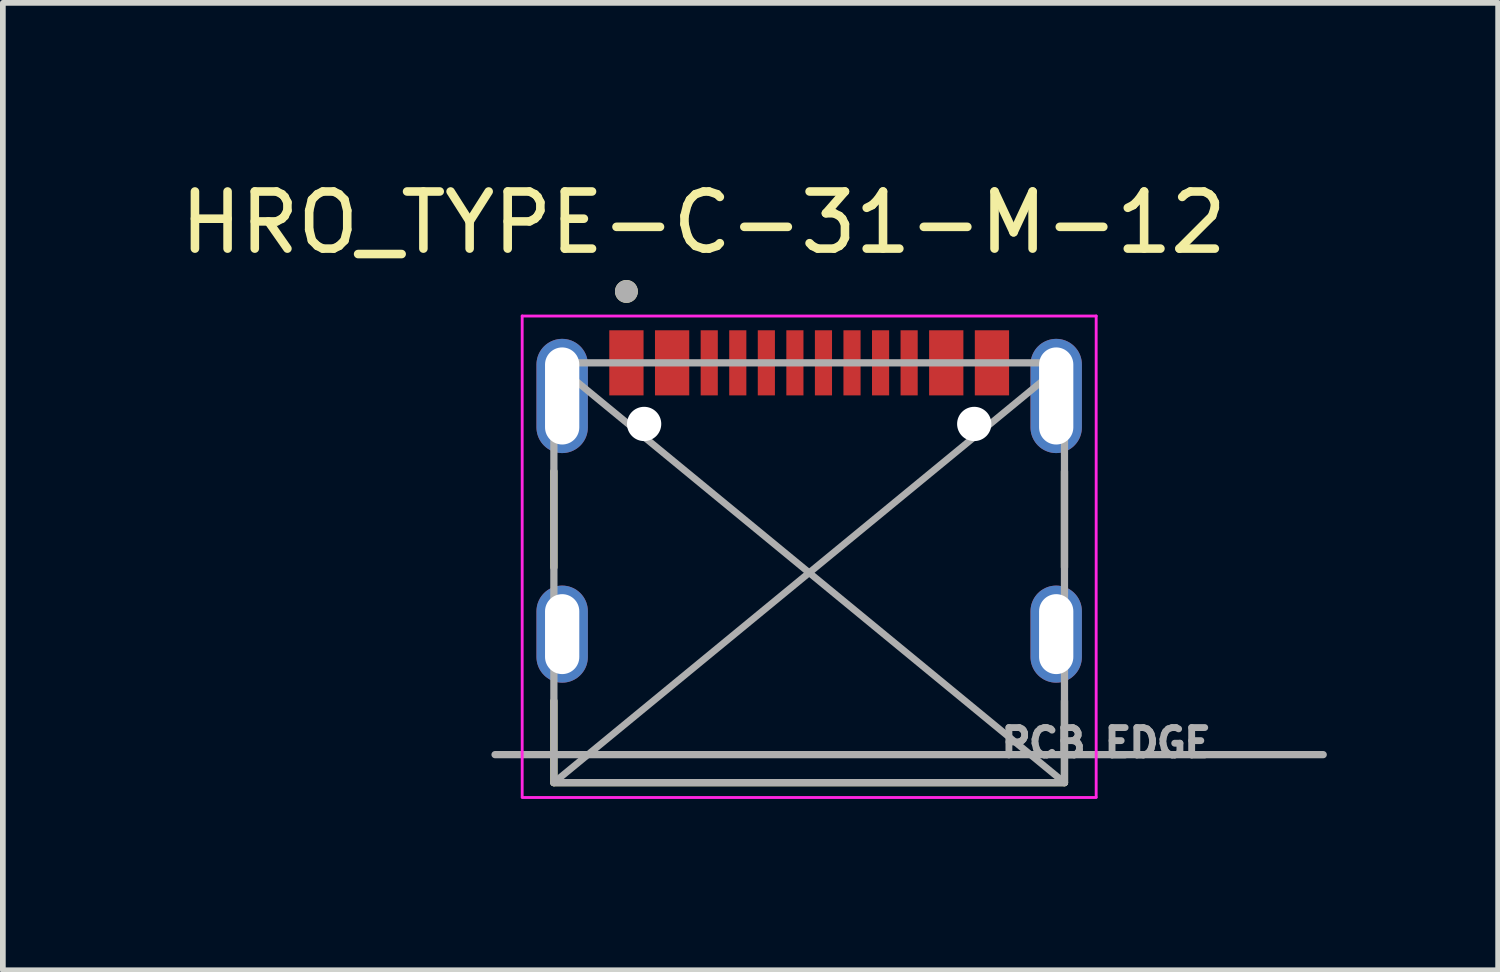
<source format=kicad_pcb>
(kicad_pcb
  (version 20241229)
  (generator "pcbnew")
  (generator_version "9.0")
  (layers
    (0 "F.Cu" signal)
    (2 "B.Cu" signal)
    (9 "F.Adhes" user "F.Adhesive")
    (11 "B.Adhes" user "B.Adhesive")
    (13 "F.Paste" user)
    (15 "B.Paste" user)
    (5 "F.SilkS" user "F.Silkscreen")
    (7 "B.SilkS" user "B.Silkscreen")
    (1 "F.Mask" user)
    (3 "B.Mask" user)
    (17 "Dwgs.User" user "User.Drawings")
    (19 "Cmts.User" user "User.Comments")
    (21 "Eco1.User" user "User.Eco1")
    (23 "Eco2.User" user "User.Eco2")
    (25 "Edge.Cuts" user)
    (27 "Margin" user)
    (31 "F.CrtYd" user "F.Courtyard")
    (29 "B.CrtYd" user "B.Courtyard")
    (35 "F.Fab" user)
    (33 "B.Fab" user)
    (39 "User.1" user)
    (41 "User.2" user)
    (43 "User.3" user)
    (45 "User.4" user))
  (footprint "HRO_TYPE-C-31-M-12"
    (layer "F.Cu")
    (at 11.118 6.978)
    (property "Reference" "HRO_TYPE-C-31-M-12" (at -1.85 -6.13 0) (layer "F.SilkS") (effects (font (size 1 1) (thickness 0.15))))
    (attr through_hole)
    (fp_poly (pts (xy -3.55 -4.295) (xy -2.85 -4.295) (xy -2.85 -3.055) (xy -3.55 -3.055)) (stroke (width 0.01) (type solid)) (fill yes) (layer "F.Mask"))
    (fp_poly (pts (xy -2.75 -4.295) (xy -2.05 -4.295) (xy -2.05 -3.055) (xy -2.75 -3.055)) (stroke (width 0.01) (type solid)) (fill yes) (layer "F.Mask"))
    (fp_poly (pts (xy -1.95 -4.295) (xy -1.55 -4.295) (xy -1.55 -3.055) (xy -1.95 -3.055)) (stroke (width 0.01) (type solid)) (fill yes) (layer "F.Mask"))
    (fp_poly (pts (xy -1.45 -4.295) (xy -1.05 -4.295) (xy -1.05 -3.055) (xy -1.45 -3.055)) (stroke (width 0.01) (type solid)) (fill yes) (layer "F.Mask"))
    (fp_poly (pts (xy -0.95 -4.295) (xy -0.55 -4.295) (xy -0.55 -3.055) (xy -0.95 -3.055)) (stroke (width 0.01) (type solid)) (fill yes) (layer "F.Mask"))
    (fp_poly (pts (xy -0.45 -4.295) (xy -0.05 -4.295) (xy -0.05 -3.055) (xy -0.45 -3.055)) (stroke (width 0.01) (type solid)) (fill yes) (layer "F.Mask"))
    (fp_poly (pts (xy 0.05 -4.295) (xy 0.45 -4.295) (xy 0.45 -3.055) (xy 0.05 -3.055)) (stroke (width 0.01) (type solid)) (fill yes) (layer "F.Mask"))
    (fp_poly (pts (xy 0.55 -4.295) (xy 0.95 -4.295) (xy 0.95 -3.055) (xy 0.55 -3.055)) (stroke (width 0.01) (type solid)) (fill yes) (layer "F.Mask"))
    (fp_poly (pts (xy 1.05 -4.295) (xy 1.45 -4.295) (xy 1.45 -3.055) (xy 1.05 -3.055)) (stroke (width 0.01) (type solid)) (fill yes) (layer "F.Mask"))
    (fp_poly (pts (xy 1.55 -4.295) (xy 1.95 -4.295) (xy 1.95 -3.055) (xy 1.55 -3.055)) (stroke (width 0.01) (type solid)) (fill yes) (layer "F.Mask"))
    (fp_poly (pts (xy 2.05 -4.295) (xy 2.75 -4.295) (xy 2.75 -3.055) (xy 2.05 -3.055)) (stroke (width 0.01) (type solid)) (fill yes) (layer "F.Mask"))
    (fp_poly (pts (xy 2.85 -4.295) (xy 3.55 -4.295) (xy 3.55 -3.055) (xy 2.85 -3.055)) (stroke (width 0.01) (type solid)) (fill yes) (layer "F.Mask"))
    (fp_line (start -4.47 -1.775) (end -4.47 -0.095) (stroke (width 0.127) (type solid)) (layer "F.SilkS"))
    (fp_line (start -4.47 3.675) (end -4.47 2.245) (stroke (width 0.127) (type solid)) (layer "F.SilkS"))
    (fp_line (start -4.47 3.675) (end 4.47 3.675) (stroke (width 0.127) (type solid)) (layer "F.SilkS"))
    (fp_line (start 4.47 -1.775) (end 4.47 -0.095) (stroke (width 0.127) (type solid)) (layer "F.SilkS"))
    (fp_line (start 4.47 3.675) (end 4.47 2.245) (stroke (width 0.127) (type solid)) (layer "F.SilkS"))
    (fp_circle (center -3.2 -4.925) (end -3.1 -4.925) (stroke (width 0.2) (type solid)) (fill no) (layer "F.SilkS"))
    (fp_line (start -5.025 -4.495) (end -5.025 3.925) (stroke (width 0.05) (type solid)) (layer "F.CrtYd"))
    (fp_line (start -5.025 3.935) (end 5.025 3.935) (stroke (width 0.05) (type solid)) (layer "F.CrtYd"))
    (fp_line (start 5.025 -4.495) (end -5.025 -4.495) (stroke (width 0.05) (type solid)) (layer "F.CrtYd"))
    (fp_line (start 5.025 3.925) (end 5.025 -4.495) (stroke (width 0.05) (type solid)) (layer "F.CrtYd"))
    (fp_line (start -5.5 3.185) (end 9 3.185) (stroke (width 0.127) (type solid)) (layer "F.Fab"))
    (fp_line (start -4.47 -3.675) (end -4.47 3.675) (stroke (width 0.127) (type solid)) (layer "F.Fab"))
    (fp_line (start -4.47 -3.675) (end 4.47 3.675) (stroke (width 0.12) (type solid)) (layer "F.Fab"))
    (fp_line (start -4.47 3.675) (end 4.47 3.675) (stroke (width 0.127) (type solid)) (layer "F.Fab"))
    (fp_line (start 4.47 -3.675) (end -4.47 -3.675) (stroke (width 0.127) (type solid)) (layer "F.Fab"))
    (fp_line (start 4.47 -3.675) (end -4.47 3.675) (stroke (width 0.12) (type solid)) (layer "F.Fab"))
    (fp_line (start 4.47 3.675) (end 4.47 -3.675) (stroke (width 0.127) (type solid)) (layer "F.Fab"))
    (fp_circle (center -3.2 -4.925) (end -3.1 -4.925) (stroke (width 0.2) (type solid)) (fill no) (layer "F.Fab"))
    (fp_text user "PCB EDGE" (at 5.2 2.975 0) (layer "F.Fab") (effects (font (size 0.48 0.48) (thickness 0.15))))
    (pad "" np_thru_hole circle (at -2.89 -2.605) (size 0.6 0.6) (drill 0.6) (layers "*.Cu" "*.Mask"))
    (pad "" np_thru_hole circle (at 2.89 -2.605) (size 0.6 0.6) (drill 0.6) (layers "*.Cu" "*.Mask"))
    (pad "1" smd rect (at -3.2 -3.675) (size 0.6 1.14) (layers "F.Cu" "F.Paste"))
    (pad "2" smd rect (at -2.4 -3.675) (size 0.6 1.14) (layers "F.Cu" "F.Paste"))
    (pad "3" smd rect (at -1.75 -3.675) (size 0.3 1.14) (layers "F.Cu" "F.Paste"))
    (pad "4" smd rect (at -1.25 -3.675) (size 0.3 1.14) (layers "F.Cu" "F.Paste"))
    (pad "5" smd rect (at -0.75 -3.675) (size 0.3 1.14) (layers "F.Cu" "F.Paste"))
    (pad "6" smd rect (at -0.25 -3.675) (size 0.3 1.14) (layers "F.Cu" "F.Paste"))
    (pad "7" smd rect (at 0.25 -3.675) (size 0.3 1.14) (layers "F.Cu" "F.Paste"))
    (pad "8" smd rect (at 0.75 -3.675) (size 0.3 1.14) (layers "F.Cu" "F.Paste"))
    (pad "9" smd rect (at 1.25 -3.675) (size 0.3 1.14) (layers "F.Cu" "F.Paste"))
    (pad "10" smd rect (at 1.75 -3.675) (size 0.3 1.14) (layers "F.Cu" "F.Paste"))
    (pad "11" smd rect (at 2.4 -3.675) (size 0.6 1.14) (layers "F.Cu" "F.Paste"))
    (pad "12" smd rect (at 3.2 -3.675) (size 0.6 1.14) (layers "F.Cu" "F.Paste"))
    (pad "13" thru_hole oval (at -4.325 -3.095) (size 0.9 2) (drill oval 0.6 1.7) (layers "*.Cu" "*.Mask"))
    (pad "13" thru_hole oval (at -4.325 1.075) (size 0.9 1.7) (drill oval 0.6 1.4) (layers "*.Cu" "*.Mask"))
    (pad "13" thru_hole oval (at 4.325 -3.095) (size 0.9 2) (drill oval 0.6 1.7) (layers "*.Cu" "*.Mask"))
    (pad "13" thru_hole oval (at 4.325 1.075) (size 0.9 1.7) (drill oval 0.6 1.4) (layers "*.Cu" "*.Mask")))
  (gr_rect
    (start -3 -3)
    (end 23.181 13.938)
    (stroke (width 0.1) (type default))
    (fill no)
    (layer "Edge.Cuts")))
</source>
